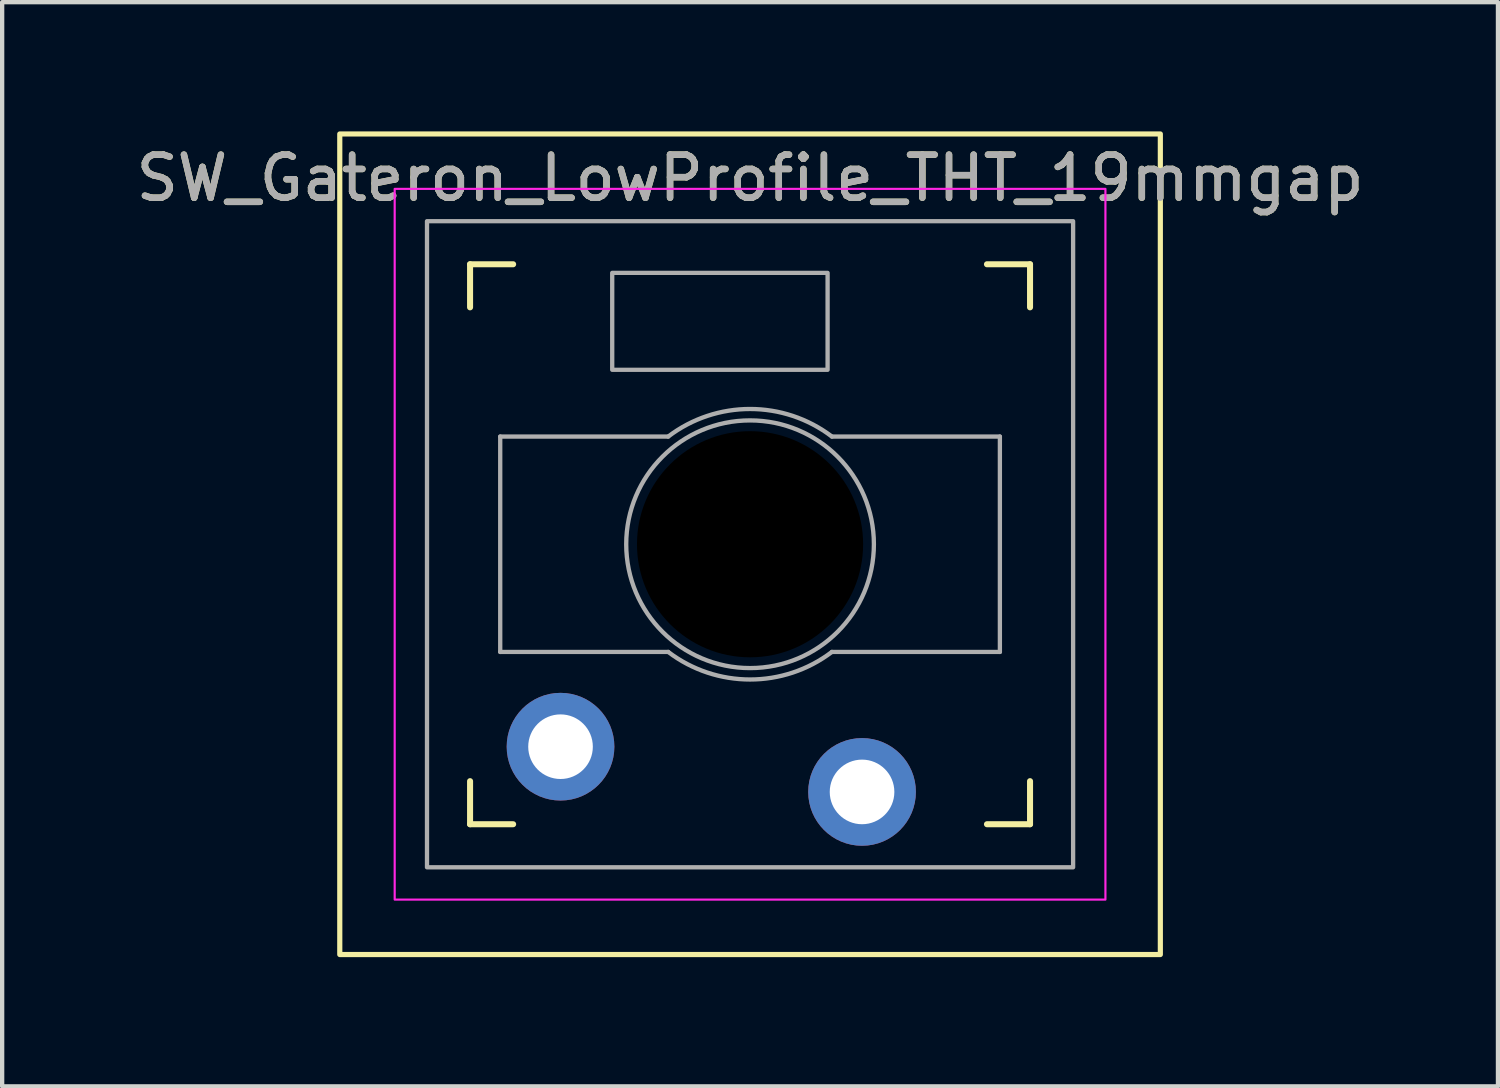
<source format=kicad_pcb>
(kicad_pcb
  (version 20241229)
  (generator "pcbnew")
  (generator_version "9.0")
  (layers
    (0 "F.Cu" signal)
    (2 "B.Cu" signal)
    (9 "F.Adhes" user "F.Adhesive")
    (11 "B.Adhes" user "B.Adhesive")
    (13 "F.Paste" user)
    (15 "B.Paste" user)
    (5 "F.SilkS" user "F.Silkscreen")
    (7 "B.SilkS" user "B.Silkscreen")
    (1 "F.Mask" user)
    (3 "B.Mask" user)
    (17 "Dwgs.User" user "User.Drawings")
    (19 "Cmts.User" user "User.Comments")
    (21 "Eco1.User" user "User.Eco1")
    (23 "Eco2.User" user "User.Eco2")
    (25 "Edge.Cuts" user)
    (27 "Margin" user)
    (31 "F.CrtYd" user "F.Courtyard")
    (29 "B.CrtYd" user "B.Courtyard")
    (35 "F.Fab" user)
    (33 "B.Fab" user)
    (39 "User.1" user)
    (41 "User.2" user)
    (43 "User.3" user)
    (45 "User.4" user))
  (footprint "SW_Gateron_LowProfile_THT_19mmgap"
    (layer "F.Cu")
    (at 14.363 9.585)
    (property "Reference" "SW_Gateron_LowProfile_THT_19mmgap" (at 0 -8.5 0) (unlocked yes) (layer "F.SilkS") (effects (font (size 1 1) (thickness 0.15))))
    (attr through_hole)
    (fp_line (start -6.5 -5.5) (end -6.5 -6.5) (stroke (width 0.14) (type solid)) (layer "F.SilkS"))
    (fp_line (start -6.5 6.5) (end -6.5 5.5) (stroke (width 0.14) (type solid)) (layer "F.SilkS"))
    (fp_line (start -6.5 6.5) (end -5.5 6.5) (stroke (width 0.14) (type solid)) (layer "F.SilkS"))
    (fp_line (start -5.5 -6.5) (end -6.5 -6.5) (stroke (width 0.14) (type solid)) (layer "F.SilkS"))
    (fp_line (start 5.5 6.5) (end 6.5 6.5) (stroke (width 0.14) (type solid)) (layer "F.SilkS"))
    (fp_line (start 6.5 -6.5) (end 5.5 -6.5) (stroke (width 0.14) (type solid)) (layer "F.SilkS"))
    (fp_line (start 6.5 -6.5) (end 6.5 -5.5) (stroke (width 0.14) (type solid)) (layer "F.SilkS"))
    (fp_line (start 6.5 5.5) (end 6.5 6.5) (stroke (width 0.14) (type solid)) (layer "F.SilkS"))
    (fp_rect (start -9.525 -9.525) (end 9.525 9.525) (stroke (width 0.12) (type default)) (fill no) (layer "F.SilkS"))
    (fp_rect (start -8.25 8.25) (end 8.25 -8.25) (stroke (width 0.05) (type solid)) (fill no) (layer "F.CrtYd"))
    (fp_line (start -5.8 -2.5) (end -1.9 -2.5) (stroke (width 0.1) (type default)) (layer "F.Fab"))
    (fp_line (start -5.8 2.5) (end -5.8 -2.5) (stroke (width 0.1) (type default)) (layer "F.Fab"))
    (fp_line (start -1.9 2.5) (end -5.8 2.5) (stroke (width 0.1) (type default)) (layer "F.Fab"))
    (fp_line (start 1.9 -2.5) (end 5.8 -2.5) (stroke (width 0.1) (type default)) (layer "F.Fab"))
    (fp_line (start 5.8 -2.5) (end 5.8 2.5) (stroke (width 0.1) (type default)) (layer "F.Fab"))
    (fp_line (start 5.8 2.5) (end 1.9 2.5) (stroke (width 0.1) (type default)) (layer "F.Fab"))
    (fp_rect (start -7.5 7.5) (end 7.5 -7.5) (stroke (width 0.1) (type solid)) (fill no) (layer "F.Fab"))
    (fp_rect (start -3.2 -6.3) (end 1.8 -4.05) (stroke (width 0.1) (type default)) (fill no) (layer "F.Fab"))
    (fp_arc (start -1.9 -2.499999) (mid 0 -3.140063) (end 1.9 -2.499999) (stroke (width 0.1) (type default)) (layer "F.Fab"))
    (fp_arc (start 1.9 2.499999) (mid 0 3.140063) (end -1.9 2.499999) (stroke (width 0.1) (type default)) (layer "F.Fab"))
    (fp_circle (center 0 0) (end 2.875 0) (stroke (width 0.1) (type default)) (fill no) (layer "F.Fab"))
    (fp_poly (pts (xy -2.05 -0.64) (xy -0.6 -0.64) (xy -0.6 -2) (xy 0.5 -2) (xy 0.5 -0.64) (xy 1.95 -0.64) (xy 1.95 0.64) (xy 0.5 0.64) (xy 0.5 2) (xy -0.6 2) (xy -0.6 0.64) (xy -2.05 0.64)) (stroke (width 0.1) (type solid)) (fill no) (layer "F.Fab"))
    (fp_text user "${REFERENCE}" (at 0 -8.5 0) (unlocked yes) (layer "F.Fab") (effects (font (size 1 1) (thickness 0.15))))
    (pad "" np_thru_hole circle (at 0 0 180) (size 5.25 5.25) (drill 5.25) (layers "*.Mask"))
    (pad "1" thru_hole circle (at -4.4 4.7 180) (size 2.5 2.5) (drill 1.5) (layers "*.Cu" "B.Mask"))
    (pad "2" thru_hole circle (at 2.6 5.75 180) (size 2.5 2.5) (drill 1.5) (layers "*.Cu" "B.Mask")))
  (gr_rect
    (start -3 -3)
    (end 31.726 22.17)
    (stroke (width 0.1) (type default))
    (fill no)
    (layer "Edge.Cuts")))
</source>
